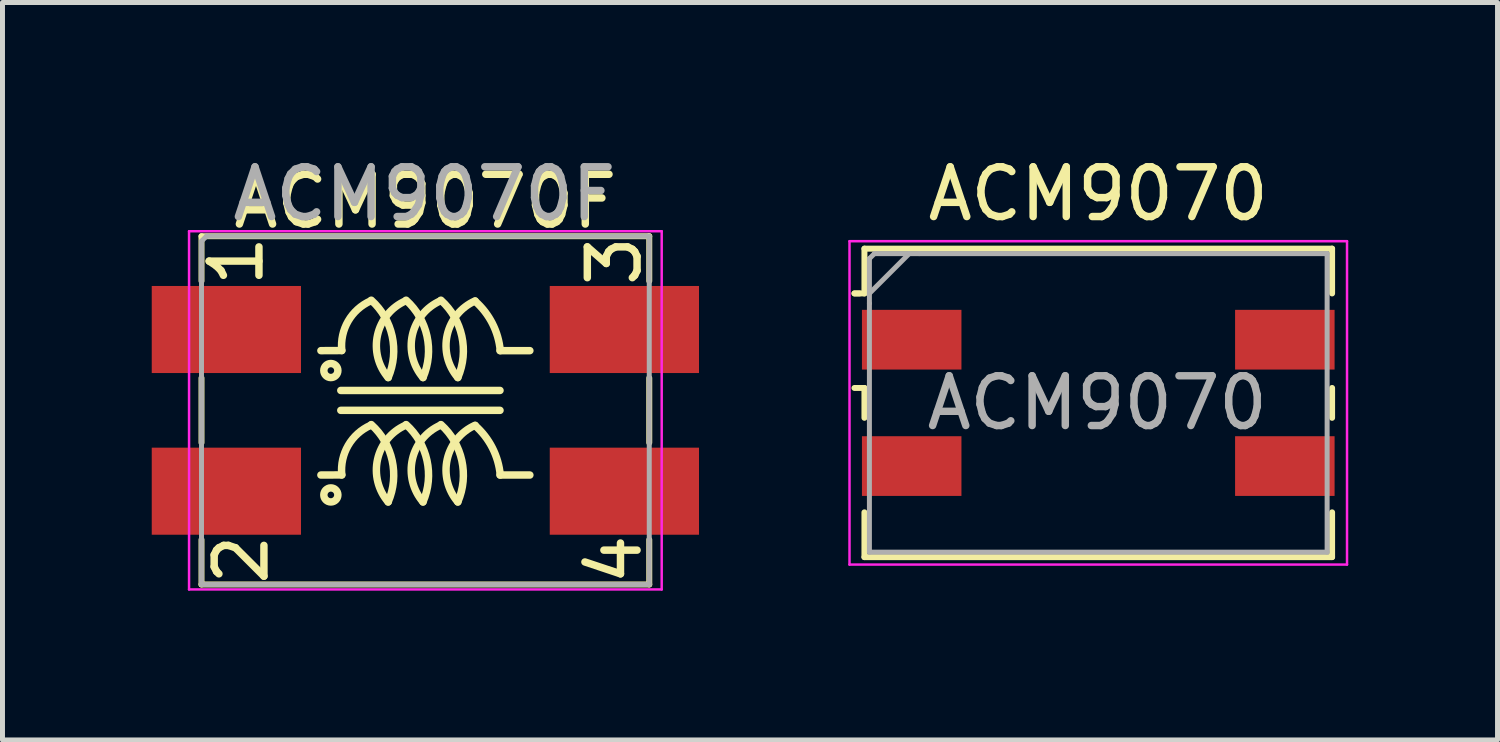
<source format=kicad_pcb>
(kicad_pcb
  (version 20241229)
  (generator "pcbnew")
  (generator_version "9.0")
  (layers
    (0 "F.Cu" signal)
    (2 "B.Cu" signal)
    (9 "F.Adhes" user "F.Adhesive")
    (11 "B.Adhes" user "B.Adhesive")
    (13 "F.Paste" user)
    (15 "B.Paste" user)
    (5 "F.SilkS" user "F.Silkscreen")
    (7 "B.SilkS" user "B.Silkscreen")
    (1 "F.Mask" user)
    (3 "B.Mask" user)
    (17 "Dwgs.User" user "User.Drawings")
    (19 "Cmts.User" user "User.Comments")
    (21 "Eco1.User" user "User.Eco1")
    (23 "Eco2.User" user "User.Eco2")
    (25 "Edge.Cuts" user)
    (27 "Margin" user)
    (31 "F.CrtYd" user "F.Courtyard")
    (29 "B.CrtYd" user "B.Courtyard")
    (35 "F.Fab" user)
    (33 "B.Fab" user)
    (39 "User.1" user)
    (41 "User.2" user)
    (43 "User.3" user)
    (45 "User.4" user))
  (footprint "ACM9070"
    (layer "F.Cu")
    (at 19.025 5.048)
    (property "Reference" "ACM9070" (at 0 -4.2 0) (layer "F.SilkS") (effects (font (size 1 1) (thickness 0.15))))
    (attr smd)
    (fp_line (start -4.9 -2.2) (end -4.8 -2.2) (stroke (width 0.12) (type solid)) (layer "F.SilkS"))
    (fp_line (start -4.9 -0.3) (end -4.7 -0.3) (stroke (width 0.12) (type solid)) (layer "F.SilkS"))
    (fp_line (start -4.7 -3.1) (end -4.7 -2.2) (stroke (width 0.12) (type solid)) (layer "F.SilkS"))
    (fp_line (start -4.7 -3.1) (end 4.7 -3.1) (stroke (width 0.12) (type solid)) (layer "F.SilkS"))
    (fp_line (start -4.7 -2.2) (end -4.9 -2.2) (stroke (width 0.12) (type solid)) (layer "F.SilkS"))
    (fp_line (start -4.7 -0.3) (end -4.7 0.3) (stroke (width 0.12) (type solid)) (layer "F.SilkS"))
    (fp_line (start -4.7 3.1) (end -4.7 2.2) (stroke (width 0.12) (type solid)) (layer "F.SilkS"))
    (fp_line (start 4.7 -3.1) (end 4.7 -2.2) (stroke (width 0.12) (type solid)) (layer "F.SilkS"))
    (fp_line (start 4.7 -0.3) (end 4.7 0.3) (stroke (width 0.12) (type solid)) (layer "F.SilkS"))
    (fp_line (start 4.7 3.1) (end -4.7 3.1) (stroke (width 0.12) (type solid)) (layer "F.SilkS"))
    (fp_line (start 4.7 3.1) (end 4.7 2.2) (stroke (width 0.12) (type solid)) (layer "F.SilkS"))
    (fp_line (start -5 -3.25) (end 5 -3.25) (stroke (width 0.05) (type solid)) (layer "F.CrtYd"))
    (fp_line (start -5 3.25) (end -5 -3.25) (stroke (width 0.05) (type solid)) (layer "F.CrtYd"))
    (fp_line (start 5 -3.25) (end 5 3.25) (stroke (width 0.05) (type solid)) (layer "F.CrtYd"))
    (fp_line (start 5 3.25) (end -5 3.25) (stroke (width 0.05) (type solid)) (layer "F.CrtYd"))
    (fp_line (start -4.6 -2.9) (end -4.5 -3) (stroke (width 0.1) (type solid)) (layer "F.Fab"))
    (fp_line (start -4.6 -2.2) (end -3.8 -3) (stroke (width 0.1) (type solid)) (layer "F.Fab"))
    (fp_line (start -4.6 -2) (end -4.6 -2.9) (stroke (width 0.1) (type solid)) (layer "F.Fab"))
    (fp_line (start -4.6 -2) (end -4.6 3) (stroke (width 0.1) (type solid)) (layer "F.Fab"))
    (fp_line (start -4.5 -3) (end -3.6 -3) (stroke (width 0.1) (type solid)) (layer "F.Fab"))
    (fp_line (start -3.6 -3) (end 4.6 -3) (stroke (width 0.1) (type solid)) (layer "F.Fab"))
    (fp_line (start 4.6 -3) (end 4.6 3) (stroke (width 0.1) (type solid)) (layer "F.Fab"))
    (fp_line (start 4.6 3) (end -4.6 3) (stroke (width 0.1) (type solid)) (layer "F.Fab"))
    (fp_text user "${REFERENCE}" (at -0.02 0 0) (layer "F.Fab") (effects (font (size 1 1) (thickness 0.15))))
    (pad "1" smd rect (at -3.75 -1.27) (size 2 1.2) (layers "F.Cu" "F.Mask" "F.Paste"))
    (pad "2" smd rect (at -3.75 1.27) (size 2 1.2) (layers "F.Cu" "F.Mask" "F.Paste"))
    (pad "3" smd rect (at 3.75 -1.27) (size 2 1.2) (layers "F.Cu" "F.Mask" "F.Paste"))
    (pad "4" smd rect (at 3.75 1.27) (size 2 1.2) (layers "F.Cu" "F.Mask" "F.Paste")))
  (footprint "ACM9070F"
    (layer "F.Cu")
    (at 5.5 5.198)
    (property "Reference" "ACM9070F" (at 0 -4.2 0) (layer "F.SilkS") (effects (font (size 1 1) (thickness 0.15))))
    (attr smd)
    (fp_line (start -4.5 -3.5) (end -4.5 -2.6) (stroke (width 0.12) (type solid)) (layer "F.SilkS"))
    (fp_line (start -4.5 -3.5) (end 4.5 -3.5) (stroke (width 0.12) (type solid)) (layer "F.SilkS"))
    (fp_line (start -4.5 -0.65) (end -4.5 0.65) (stroke (width 0.12) (type solid)) (layer "F.SilkS"))
    (fp_line (start -4.5 3.5) (end -4.5 2.6) (stroke (width 0.12) (type solid)) (layer "F.SilkS"))
    (fp_line (start -1.7 -0.4) (end 1.5 -0.4) (stroke (width 0.15) (type solid)) (layer "F.SilkS"))
    (fp_line (start -1.7 0) (end 1.5 0) (stroke (width 0.15) (type solid)) (layer "F.SilkS"))
    (fp_line (start -1.68 -1.202) (end -2.1 -1.2) (stroke (width 0.15) (type solid)) (layer "F.SilkS"))
    (fp_line (start -1.68 1.298) (end -2.1 1.3) (stroke (width 0.15) (type solid)) (layer "F.SilkS"))
    (fp_line (start 1.5 -1.2) (end 2.1 -1.2) (stroke (width 0.15) (type solid)) (layer "F.SilkS"))
    (fp_line (start 1.5 1.3) (end 2.1 1.3) (stroke (width 0.15) (type solid)) (layer "F.SilkS"))
    (fp_line (start 4.5 -3.5) (end 4.5 -2.6) (stroke (width 0.12) (type solid)) (layer "F.SilkS"))
    (fp_line (start 4.5 -0.65) (end 4.5 0.65) (stroke (width 0.12) (type solid)) (layer "F.SilkS"))
    (fp_line (start 4.5 3.5) (end -4.5 3.5) (stroke (width 0.12) (type solid)) (layer "F.SilkS"))
    (fp_line (start 4.5 3.5) (end 4.5 2.6) (stroke (width 0.12) (type solid)) (layer "F.SilkS"))
    (fp_arc (start -1.679998 -1.202) (mid -1.551528 -1.794874) (end -1.1 -2.2) (stroke (width 0.15) (type solid)) (layer "F.SilkS"))
    (fp_arc (start -1.679998 1.298) (mid -1.551528 0.705126) (end -1.1 0.3) (stroke (width 0.15) (type solid)) (layer "F.SilkS"))
    (fp_arc (start -1.087486 -2.213905) (mid -0.667365 -1.491153) (end -0.747781 -0.659045) (stroke (width 0.15) (type solid)) (layer "F.SilkS"))
    (fp_arc (start -1.087486 0.286095) (mid -0.667365 1.008847) (end -0.747781 1.840955) (stroke (width 0.15) (type solid)) (layer "F.SilkS"))
    (fp_arc (start -0.747781 -0.659045) (mid -0.960721 -1.516827) (end -0.4 -2.2) (stroke (width 0.15) (type solid)) (layer "F.SilkS"))
    (fp_arc (start -0.747781 1.840955) (mid -0.960721 0.983173) (end -0.4 0.3) (stroke (width 0.15) (type solid)) (layer "F.SilkS"))
    (fp_arc (start -0.387486 -2.213905) (mid 0.032635 -1.491153) (end -0.047781 -0.659045) (stroke (width 0.15) (type solid)) (layer "F.SilkS"))
    (fp_arc (start -0.387486 0.286095) (mid 0.032635 1.008847) (end -0.047781 1.840955) (stroke (width 0.15) (type solid)) (layer "F.SilkS"))
    (fp_arc (start -0.047781 -0.659045) (mid -0.260721 -1.516827) (end 0.3 -2.2) (stroke (width 0.15) (type solid)) (layer "F.SilkS"))
    (fp_arc (start -0.047781 1.840955) (mid -0.260721 0.983173) (end 0.3 0.3) (stroke (width 0.15) (type solid)) (layer "F.SilkS"))
    (fp_arc (start 0.312514 -2.213905) (mid 0.732635 -1.491153) (end 0.652219 -0.659045) (stroke (width 0.15) (type solid)) (layer "F.SilkS"))
    (fp_arc (start 0.312514 0.286095) (mid 0.732635 1.008847) (end 0.652219 1.840955) (stroke (width 0.15) (type solid)) (layer "F.SilkS"))
    (fp_arc (start 0.652219 -0.659045) (mid 0.439279 -1.516827) (end 1 -2.2) (stroke (width 0.15) (type solid)) (layer "F.SilkS"))
    (fp_arc (start 0.652219 1.840955) (mid 0.439279 0.983173) (end 1 0.3) (stroke (width 0.15) (type solid)) (layer "F.SilkS"))
    (fp_arc (start 1 -2.194068) (mid 1.347572 -1.745295) (end 1.505235 -1.2) (stroke (width 0.15) (type solid)) (layer "F.SilkS"))
    (fp_arc (start 1 0.305932) (mid 1.347572 0.754705) (end 1.505235 1.3) (stroke (width 0.15) (type solid)) (layer "F.SilkS"))
    (fp_circle (center -1.9 -0.8) (end -1.8 -0.7) (stroke (width 0.15) (type solid)) (fill no) (layer "F.SilkS"))
    (fp_circle (center -1.9 1.7) (end -1.8 1.8) (stroke (width 0.15) (type solid)) (fill no) (layer "F.SilkS"))
    (fp_line (start -4.75 -3.6) (end 4.75 -3.6) (stroke (width 0.05) (type solid)) (layer "F.CrtYd"))
    (fp_line (start -4.75 3.6) (end -4.75 -3.6) (stroke (width 0.05) (type solid)) (layer "F.CrtYd"))
    (fp_line (start 4.75 -3.6) (end 4.75 3.6) (stroke (width 0.05) (type solid)) (layer "F.CrtYd"))
    (fp_line (start 4.75 3.6) (end -4.75 3.6) (stroke (width 0.05) (type solid)) (layer "F.CrtYd"))
    (fp_line (start -4.5 -3.4) (end -4.5 3.5) (stroke (width 0.1) (type solid)) (layer "F.Fab"))
    (fp_line (start -4.5 -3.4) (end -4.4 -3.5) (stroke (width 0.1) (type solid)) (layer "F.Fab"))
    (fp_line (start -4.4 -3.5) (end 4.5 -3.5) (stroke (width 0.1) (type solid)) (layer "F.Fab"))
    (fp_line (start 4.5 -3.5) (end 4.5 3.5) (stroke (width 0.1) (type solid)) (layer "F.Fab"))
    (fp_line (start 4.5 3.5) (end -4.5 3.5) (stroke (width 0.1) (type solid)) (layer "F.Fab"))
    (fp_text user "2" (at -3.7 3 90) (layer "F.SilkS") (effects (font (size 1 1) (thickness 0.15))))
    (fp_text user "3" (at 3.8 -3 90) (layer "F.SilkS") (effects (font (size 1 1) (thickness 0.15))))
    (fp_text user "4" (at 3.8 3 90) (layer "F.SilkS") (effects (font (size 1 1) (thickness 0.15))))
    (fp_text user "1" (at -3.8 -3 90) (layer "F.SilkS") (effects (font (size 1 1) (thickness 0.15))))
    (fp_text user "${REFERENCE}" (at -0.02 -4.35 0) (layer "F.Fab") (effects (font (size 1 1) (thickness 0.15))))
    (pad "1" smd rect (at -4 -1.625) (size 3 1.75) (layers "F.Cu" "F.Mask" "F.Paste"))
    (pad "2" smd rect (at -4 1.625) (size 3 1.75) (layers "F.Cu" "F.Mask" "F.Paste"))
    (pad "3" smd rect (at 4 -1.625) (size 3 1.75) (layers "F.Cu" "F.Mask" "F.Paste"))
    (pad "4" smd rect (at 4 1.625) (size 3 1.75) (layers "F.Cu" "F.Mask" "F.Paste")))
  (gr_rect
    (start -3 -3)
    (end 27.05 11.823)
    (stroke (width 0.1) (type default))
    (fill no)
    (layer "Edge.Cuts")))
</source>
